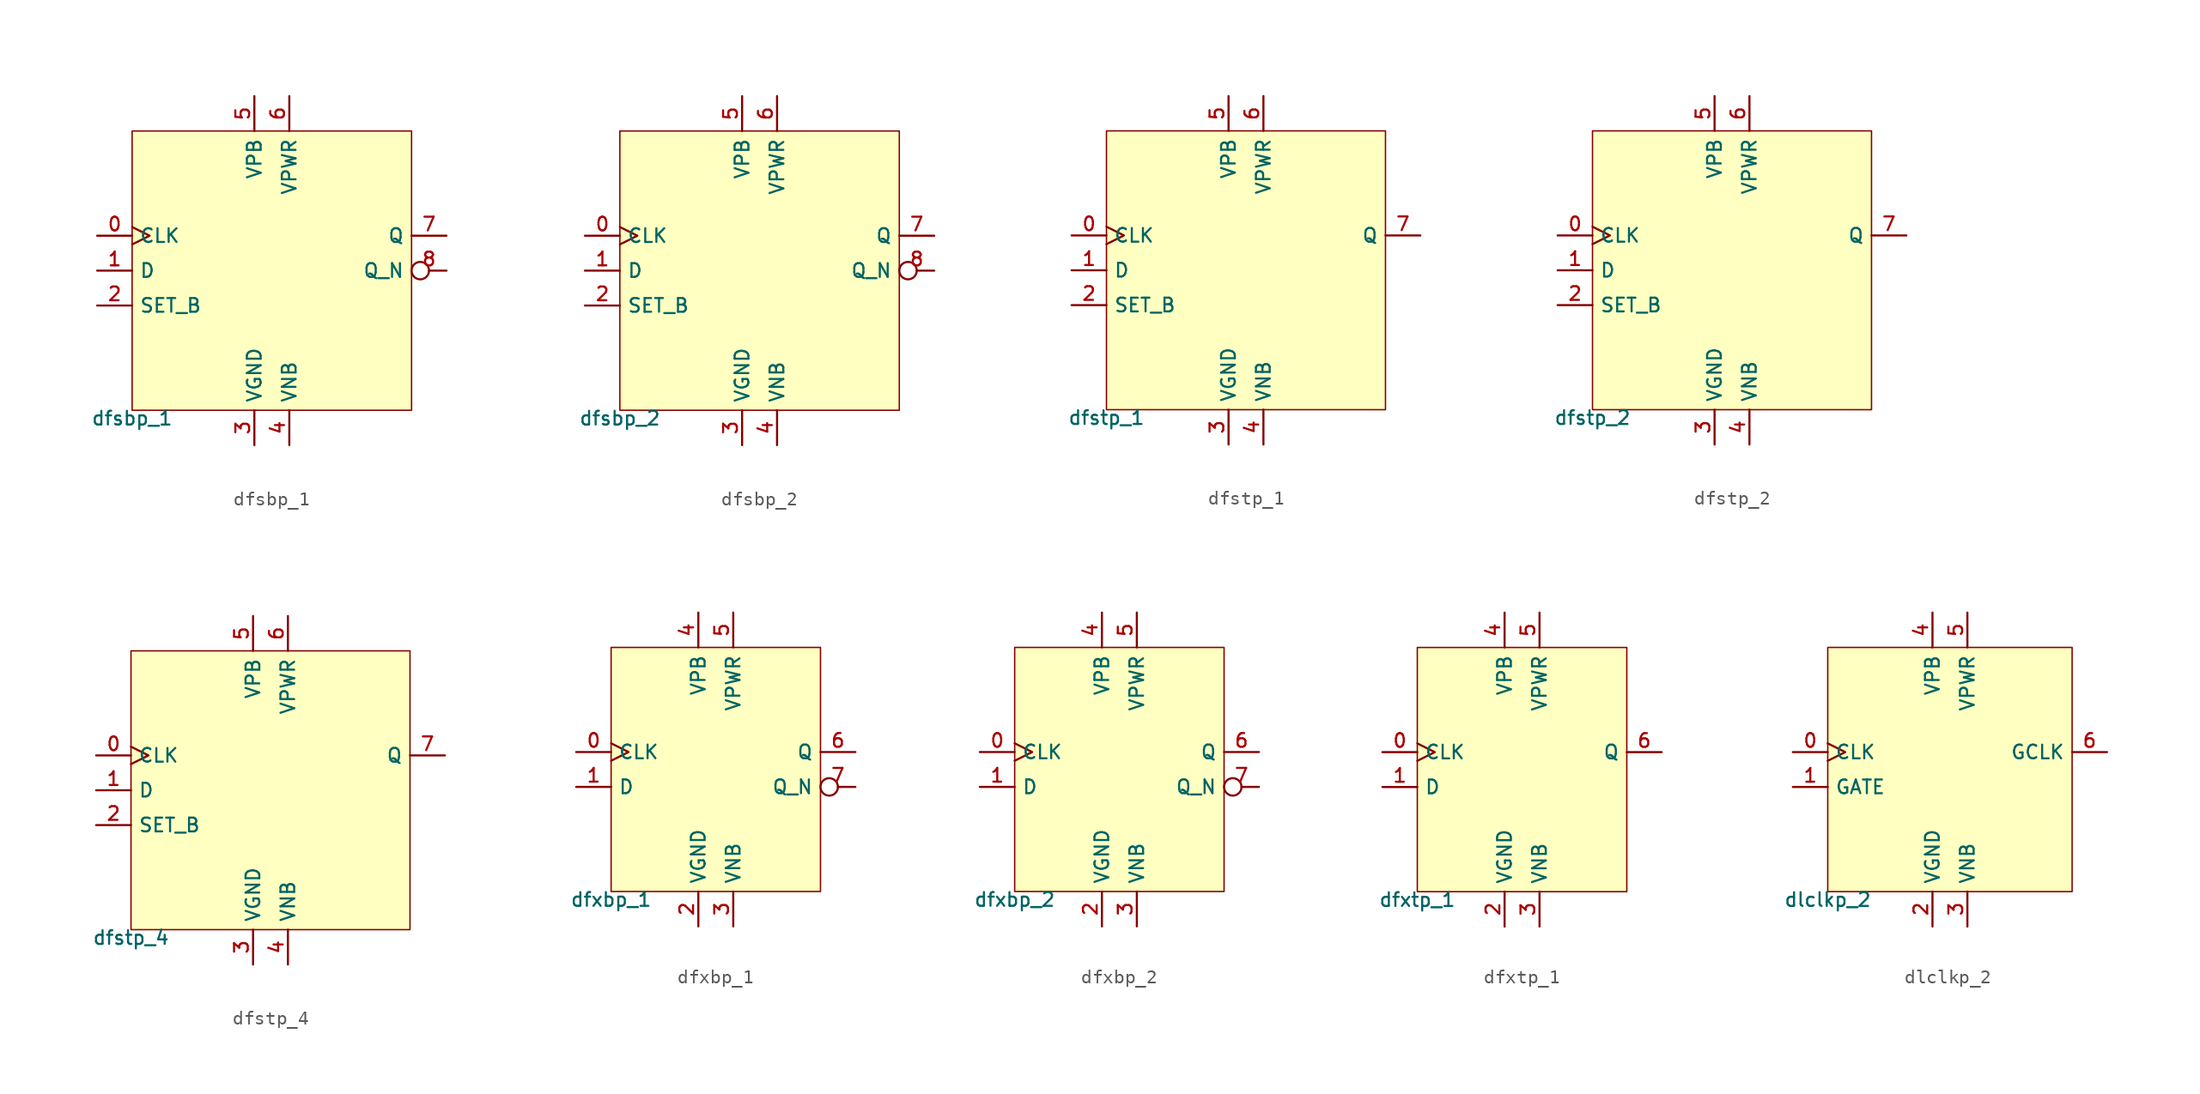
<source format=kicad_sym>
(kicad_symbol_lib
  (version 20211014)
  (generator lef2kicad_sym)
  (symbol "dfsbp_1"
    (property "Reference" "CELL"
      (at 0 0 0)
      (effects (font (size 1 1)) hide))
    (property "Value" "dfsbp_1"
      (at -10.16 -10.16 0)
      (effects (font (size 1 1)) (justify top)))
    (rectangle
      (start -10.16 -10.16)
      (end 10.16 10.16)
      (stroke (width 0.1) (type solid) (color 0 0 0 0))
      (fill (type background)))
    (pin input clock
      (at -12.7 2.54 0)
      (length 2.54)
      (name "CLK" (effects (font (size 1 1)) hide))
      (number "0" (effects (font (size 1 1)) hide)))
    (pin input line
      (at -12.7 0.0 0)
      (length 2.54)
      (name "D" (effects (font (size 1 1)) hide))
      (number "1" (effects (font (size 1 1)) hide)))
    (pin input line
      (at -12.7 -2.54 0)
      (length 2.54)
      (name "SET_B" (effects (font (size 1 1)) hide))
      (number "2" (effects (font (size 1 1)) hide)))
    (pin power_in line
      (at -1.27 -12.7 90)
      (length 2.54)
      (name "VGND" (effects (font (size 1 1)) hide))
      (number "3" (effects (font (size 1 1)) hide)))
    (pin power_in line
      (at 1.27 -12.7 90)
      (length 2.54)
      (name "VNB" (effects (font (size 1 1)) hide))
      (number "4" (effects (font (size 1 1)) hide)))
    (pin power_in line
      (at -1.27 12.7 270)
      (length 2.54)
      (name "VPB" (effects (font (size 1 1)) hide))
      (number "5" (effects (font (size 1 1)) hide)))
    (pin power_in line
      (at 1.27 12.7 270)
      (length 2.54)
      (name "VPWR" (effects (font (size 1 1)) hide))
      (number "6" (effects (font (size 1 1)) hide)))
    (pin output line
      (at 12.7 2.54 180)
      (length 2.54)
      (name "Q" (effects (font (size 1 1)) hide))
      (number "7" (effects (font (size 1 1)) hide)))
    (pin output inverted
      (at 12.7 0.0 180)
      (length 2.54)
      (name "Q_N" (effects (font (size 1 1)) hide))
      (number "8" (effects (font (size 1 1)) hide))))
  (symbol "dfsbp_2"
    (property "Reference" "CELL"
      (at 0 0 0)
      (effects (font (size 1 1)) hide))
    (property "Value" "dfsbp_2"
      (at -10.16 -10.16 0)
      (effects (font (size 1 1)) (justify top)))
    (rectangle
      (start -10.16 -10.16)
      (end 10.16 10.16)
      (stroke (width 0.1) (type solid) (color 0 0 0 0))
      (fill (type background)))
    (pin input clock
      (at -12.7 2.54 0)
      (length 2.54)
      (name "CLK" (effects (font (size 1 1)) hide))
      (number "0" (effects (font (size 1 1)) hide)))
    (pin input line
      (at -12.7 0.0 0)
      (length 2.54)
      (name "D" (effects (font (size 1 1)) hide))
      (number "1" (effects (font (size 1 1)) hide)))
    (pin input line
      (at -12.7 -2.54 0)
      (length 2.54)
      (name "SET_B" (effects (font (size 1 1)) hide))
      (number "2" (effects (font (size 1 1)) hide)))
    (pin power_in line
      (at -1.27 -12.7 90)
      (length 2.54)
      (name "VGND" (effects (font (size 1 1)) hide))
      (number "3" (effects (font (size 1 1)) hide)))
    (pin power_in line
      (at 1.27 -12.7 90)
      (length 2.54)
      (name "VNB" (effects (font (size 1 1)) hide))
      (number "4" (effects (font (size 1 1)) hide)))
    (pin power_in line
      (at -1.27 12.7 270)
      (length 2.54)
      (name "VPB" (effects (font (size 1 1)) hide))
      (number "5" (effects (font (size 1 1)) hide)))
    (pin power_in line
      (at 1.27 12.7 270)
      (length 2.54)
      (name "VPWR" (effects (font (size 1 1)) hide))
      (number "6" (effects (font (size 1 1)) hide)))
    (pin output line
      (at 12.7 2.54 180)
      (length 2.54)
      (name "Q" (effects (font (size 1 1)) hide))
      (number "7" (effects (font (size 1 1)) hide)))
    (pin output inverted
      (at 12.7 0.0 180)
      (length 2.54)
      (name "Q_N" (effects (font (size 1 1)) hide))
      (number "8" (effects (font (size 1 1)) hide))))
  (symbol "dfstp_1"
    (property "Reference" "CELL"
      (at 0 0 0)
      (effects (font (size 1 1)) hide))
    (property "Value" "dfstp_1"
      (at -10.16 -10.16 0)
      (effects (font (size 1 1)) (justify top)))
    (rectangle
      (start -10.16 -10.16)
      (end 10.16 10.16)
      (stroke (width 0.1) (type solid) (color 0 0 0 0))
      (fill (type background)))
    (pin input clock
      (at -12.7 2.54 0)
      (length 2.54)
      (name "CLK" (effects (font (size 1 1)) hide))
      (number "0" (effects (font (size 1 1)) hide)))
    (pin input line
      (at -12.7 0.0 0)
      (length 2.54)
      (name "D" (effects (font (size 1 1)) hide))
      (number "1" (effects (font (size 1 1)) hide)))
    (pin input line
      (at -12.7 -2.54 0)
      (length 2.54)
      (name "SET_B" (effects (font (size 1 1)) hide))
      (number "2" (effects (font (size 1 1)) hide)))
    (pin power_in line
      (at -1.27 -12.7 90)
      (length 2.54)
      (name "VGND" (effects (font (size 1 1)) hide))
      (number "3" (effects (font (size 1 1)) hide)))
    (pin power_in line
      (at 1.27 -12.7 90)
      (length 2.54)
      (name "VNB" (effects (font (size 1 1)) hide))
      (number "4" (effects (font (size 1 1)) hide)))
    (pin power_in line
      (at -1.27 12.7 270)
      (length 2.54)
      (name "VPB" (effects (font (size 1 1)) hide))
      (number "5" (effects (font (size 1 1)) hide)))
    (pin power_in line
      (at 1.27 12.7 270)
      (length 2.54)
      (name "VPWR" (effects (font (size 1 1)) hide))
      (number "6" (effects (font (size 1 1)) hide)))
    (pin output line
      (at 12.7 2.54 180)
      (length 2.54)
      (name "Q" (effects (font (size 1 1)) hide))
      (number "7" (effects (font (size 1 1)) hide))))
  (symbol "dfstp_2"
    (property "Reference" "CELL"
      (at 0 0 0)
      (effects (font (size 1 1)) hide))
    (property "Value" "dfstp_2"
      (at -10.16 -10.16 0)
      (effects (font (size 1 1)) (justify top)))
    (rectangle
      (start -10.16 -10.16)
      (end 10.16 10.16)
      (stroke (width 0.1) (type solid) (color 0 0 0 0))
      (fill (type background)))
    (pin input clock
      (at -12.7 2.54 0)
      (length 2.54)
      (name "CLK" (effects (font (size 1 1)) hide))
      (number "0" (effects (font (size 1 1)) hide)))
    (pin input line
      (at -12.7 0.0 0)
      (length 2.54)
      (name "D" (effects (font (size 1 1)) hide))
      (number "1" (effects (font (size 1 1)) hide)))
    (pin input line
      (at -12.7 -2.54 0)
      (length 2.54)
      (name "SET_B" (effects (font (size 1 1)) hide))
      (number "2" (effects (font (size 1 1)) hide)))
    (pin power_in line
      (at -1.27 -12.7 90)
      (length 2.54)
      (name "VGND" (effects (font (size 1 1)) hide))
      (number "3" (effects (font (size 1 1)) hide)))
    (pin power_in line
      (at 1.27 -12.7 90)
      (length 2.54)
      (name "VNB" (effects (font (size 1 1)) hide))
      (number "4" (effects (font (size 1 1)) hide)))
    (pin power_in line
      (at -1.27 12.7 270)
      (length 2.54)
      (name "VPB" (effects (font (size 1 1)) hide))
      (number "5" (effects (font (size 1 1)) hide)))
    (pin power_in line
      (at 1.27 12.7 270)
      (length 2.54)
      (name "VPWR" (effects (font (size 1 1)) hide))
      (number "6" (effects (font (size 1 1)) hide)))
    (pin output line
      (at 12.7 2.54 180)
      (length 2.54)
      (name "Q" (effects (font (size 1 1)) hide))
      (number "7" (effects (font (size 1 1)) hide))))
  (symbol "dfstp_4"
    (property "Reference" "CELL"
      (at 0 0 0)
      (effects (font (size 1 1)) hide))
    (property "Value" "dfstp_4"
      (at -10.16 -10.16 0)
      (effects (font (size 1 1)) (justify top)))
    (rectangle
      (start -10.16 -10.16)
      (end 10.16 10.16)
      (stroke (width 0.1) (type solid) (color 0 0 0 0))
      (fill (type background)))
    (pin input clock
      (at -12.7 2.54 0)
      (length 2.54)
      (name "CLK" (effects (font (size 1 1)) hide))
      (number "0" (effects (font (size 1 1)) hide)))
    (pin input line
      (at -12.7 0.0 0)
      (length 2.54)
      (name "D" (effects (font (size 1 1)) hide))
      (number "1" (effects (font (size 1 1)) hide)))
    (pin input line
      (at -12.7 -2.54 0)
      (length 2.54)
      (name "SET_B" (effects (font (size 1 1)) hide))
      (number "2" (effects (font (size 1 1)) hide)))
    (pin power_in line
      (at -1.27 -12.7 90)
      (length 2.54)
      (name "VGND" (effects (font (size 1 1)) hide))
      (number "3" (effects (font (size 1 1)) hide)))
    (pin power_in line
      (at 1.27 -12.7 90)
      (length 2.54)
      (name "VNB" (effects (font (size 1 1)) hide))
      (number "4" (effects (font (size 1 1)) hide)))
    (pin power_in line
      (at -1.27 12.7 270)
      (length 2.54)
      (name "VPB" (effects (font (size 1 1)) hide))
      (number "5" (effects (font (size 1 1)) hide)))
    (pin power_in line
      (at 1.27 12.7 270)
      (length 2.54)
      (name "VPWR" (effects (font (size 1 1)) hide))
      (number "6" (effects (font (size 1 1)) hide)))
    (pin output line
      (at 12.7 2.54 180)
      (length 2.54)
      (name "Q" (effects (font (size 1 1)) hide))
      (number "7" (effects (font (size 1 1)) hide))))
  (symbol "dfxbp_1"
    (property "Reference" "CELL"
      (at 0 0 0)
      (effects (font (size 1 1)) hide))
    (property "Value" "dfxbp_1"
      (at -7.62 -8.89 0)
      (effects (font (size 1 1)) (justify top)))
    (rectangle
      (start -7.62 -8.89)
      (end 7.62 8.89)
      (stroke (width 0.1) (type solid) (color 0 0 0 0))
      (fill (type background)))
    (pin input clock
      (at -10.16 1.27 0)
      (length 2.54)
      (name "CLK" (effects (font (size 1 1)) hide))
      (number "0" (effects (font (size 1 1)) hide)))
    (pin input line
      (at -10.16 -1.27 0)
      (length 2.54)
      (name "D" (effects (font (size 1 1)) hide))
      (number "1" (effects (font (size 1 1)) hide)))
    (pin power_in line
      (at -1.27 -11.43 90)
      (length 2.54)
      (name "VGND" (effects (font (size 1 1)) hide))
      (number "2" (effects (font (size 1 1)) hide)))
    (pin power_in line
      (at 1.27 -11.43 90)
      (length 2.54)
      (name "VNB" (effects (font (size 1 1)) hide))
      (number "3" (effects (font (size 1 1)) hide)))
    (pin power_in line
      (at -1.27 11.43 270)
      (length 2.54)
      (name "VPB" (effects (font (size 1 1)) hide))
      (number "4" (effects (font (size 1 1)) hide)))
    (pin power_in line
      (at 1.27 11.43 270)
      (length 2.54)
      (name "VPWR" (effects (font (size 1 1)) hide))
      (number "5" (effects (font (size 1 1)) hide)))
    (pin output line
      (at 10.16 1.27 180)
      (length 2.54)
      (name "Q" (effects (font (size 1 1)) hide))
      (number "6" (effects (font (size 1 1)) hide)))
    (pin output inverted
      (at 10.16 -1.27 180)
      (length 2.54)
      (name "Q_N" (effects (font (size 1 1)) hide))
      (number "7" (effects (font (size 1 1)) hide))))
  (symbol "dfxbp_2"
    (property "Reference" "CELL"
      (at 0 0 0)
      (effects (font (size 1 1)) hide))
    (property "Value" "dfxbp_2"
      (at -7.62 -8.89 0)
      (effects (font (size 1 1)) (justify top)))
    (rectangle
      (start -7.62 -8.89)
      (end 7.62 8.89)
      (stroke (width 0.1) (type solid) (color 0 0 0 0))
      (fill (type background)))
    (pin input clock
      (at -10.16 1.27 0)
      (length 2.54)
      (name "CLK" (effects (font (size 1 1)) hide))
      (number "0" (effects (font (size 1 1)) hide)))
    (pin input line
      (at -10.16 -1.27 0)
      (length 2.54)
      (name "D" (effects (font (size 1 1)) hide))
      (number "1" (effects (font (size 1 1)) hide)))
    (pin power_in line
      (at -1.27 -11.43 90)
      (length 2.54)
      (name "VGND" (effects (font (size 1 1)) hide))
      (number "2" (effects (font (size 1 1)) hide)))
    (pin power_in line
      (at 1.27 -11.43 90)
      (length 2.54)
      (name "VNB" (effects (font (size 1 1)) hide))
      (number "3" (effects (font (size 1 1)) hide)))
    (pin power_in line
      (at -1.27 11.43 270)
      (length 2.54)
      (name "VPB" (effects (font (size 1 1)) hide))
      (number "4" (effects (font (size 1 1)) hide)))
    (pin power_in line
      (at 1.27 11.43 270)
      (length 2.54)
      (name "VPWR" (effects (font (size 1 1)) hide))
      (number "5" (effects (font (size 1 1)) hide)))
    (pin output line
      (at 10.16 1.27 180)
      (length 2.54)
      (name "Q" (effects (font (size 1 1)) hide))
      (number "6" (effects (font (size 1 1)) hide)))
    (pin output inverted
      (at 10.16 -1.27 180)
      (length 2.54)
      (name "Q_N" (effects (font (size 1 1)) hide))
      (number "7" (effects (font (size 1 1)) hide))))
  (symbol "dfxtp_1"
    (property "Reference" "CELL"
      (at 0 0 0)
      (effects (font (size 1 1)) hide))
    (property "Value" "dfxtp_1"
      (at -7.62 -8.89 0)
      (effects (font (size 1 1)) (justify top)))
    (rectangle
      (start -7.62 -8.89)
      (end 7.62 8.89)
      (stroke (width 0.1) (type solid) (color 0 0 0 0))
      (fill (type background)))
    (pin input clock
      (at -10.16 1.27 0)
      (length 2.54)
      (name "CLK" (effects (font (size 1 1)) hide))
      (number "0" (effects (font (size 1 1)) hide)))
    (pin input line
      (at -10.16 -1.27 0)
      (length 2.54)
      (name "D" (effects (font (size 1 1)) hide))
      (number "1" (effects (font (size 1 1)) hide)))
    (pin power_in line
      (at -1.27 -11.43 90)
      (length 2.54)
      (name "VGND" (effects (font (size 1 1)) hide))
      (number "2" (effects (font (size 1 1)) hide)))
    (pin power_in line
      (at 1.27 -11.43 90)
      (length 2.54)
      (name "VNB" (effects (font (size 1 1)) hide))
      (number "3" (effects (font (size 1 1)) hide)))
    (pin power_in line
      (at -1.27 11.43 270)
      (length 2.54)
      (name "VPB" (effects (font (size 1 1)) hide))
      (number "4" (effects (font (size 1 1)) hide)))
    (pin power_in line
      (at 1.27 11.43 270)
      (length 2.54)
      (name "VPWR" (effects (font (size 1 1)) hide))
      (number "5" (effects (font (size 1 1)) hide)))
    (pin output line
      (at 10.16 1.27 180)
      (length 2.54)
      (name "Q" (effects (font (size 1 1)) hide))
      (number "6" (effects (font (size 1 1)) hide))))
  (symbol "dlclkp_2"
    (property "Reference" "CELL"
      (at 0 0 0)
      (effects (font (size 1 1)) hide))
    (property "Value" "dlclkp_2"
      (at -8.89 -8.89 0)
      (effects (font (size 1 1)) (justify top)))
    (rectangle
      (start -8.89 -8.89)
      (end 8.89 8.89)
      (stroke (width 0.1) (type solid) (color 0 0 0 0))
      (fill (type background)))
    (pin input clock
      (at -11.43 1.27 0)
      (length 2.54)
      (name "CLK" (effects (font (size 1 1)) hide))
      (number "0" (effects (font (size 1 1)) hide)))
    (pin input line
      (at -11.43 -1.27 0)
      (length 2.54)
      (name "GATE" (effects (font (size 1 1)) hide))
      (number "1" (effects (font (size 1 1)) hide)))
    (pin power_in line
      (at -1.27 -11.43 90)
      (length 2.54)
      (name "VGND" (effects (font (size 1 1)) hide))
      (number "2" (effects (font (size 1 1)) hide)))
    (pin power_in line
      (at 1.27 -11.43 90)
      (length 2.54)
      (name "VNB" (effects (font (size 1 1)) hide))
      (number "3" (effects (font (size 1 1)) hide)))
    (pin power_in line
      (at -1.27 11.43 270)
      (length 2.54)
      (name "VPB" (effects (font (size 1 1)) hide))
      (number "4" (effects (font (size 1 1)) hide)))
    (pin power_in line
      (at 1.27 11.43 270)
      (length 2.54)
      (name "VPWR" (effects (font (size 1 1)) hide))
      (number "5" (effects (font (size 1 1)) hide)))
    (pin output line
      (at 11.43 1.27 180)
      (length 2.54)
      (name "GCLK" (effects (font (size 1 1)) hide))
      (number "6" (effects (font (size 1 1)) hide)))))
</source>
